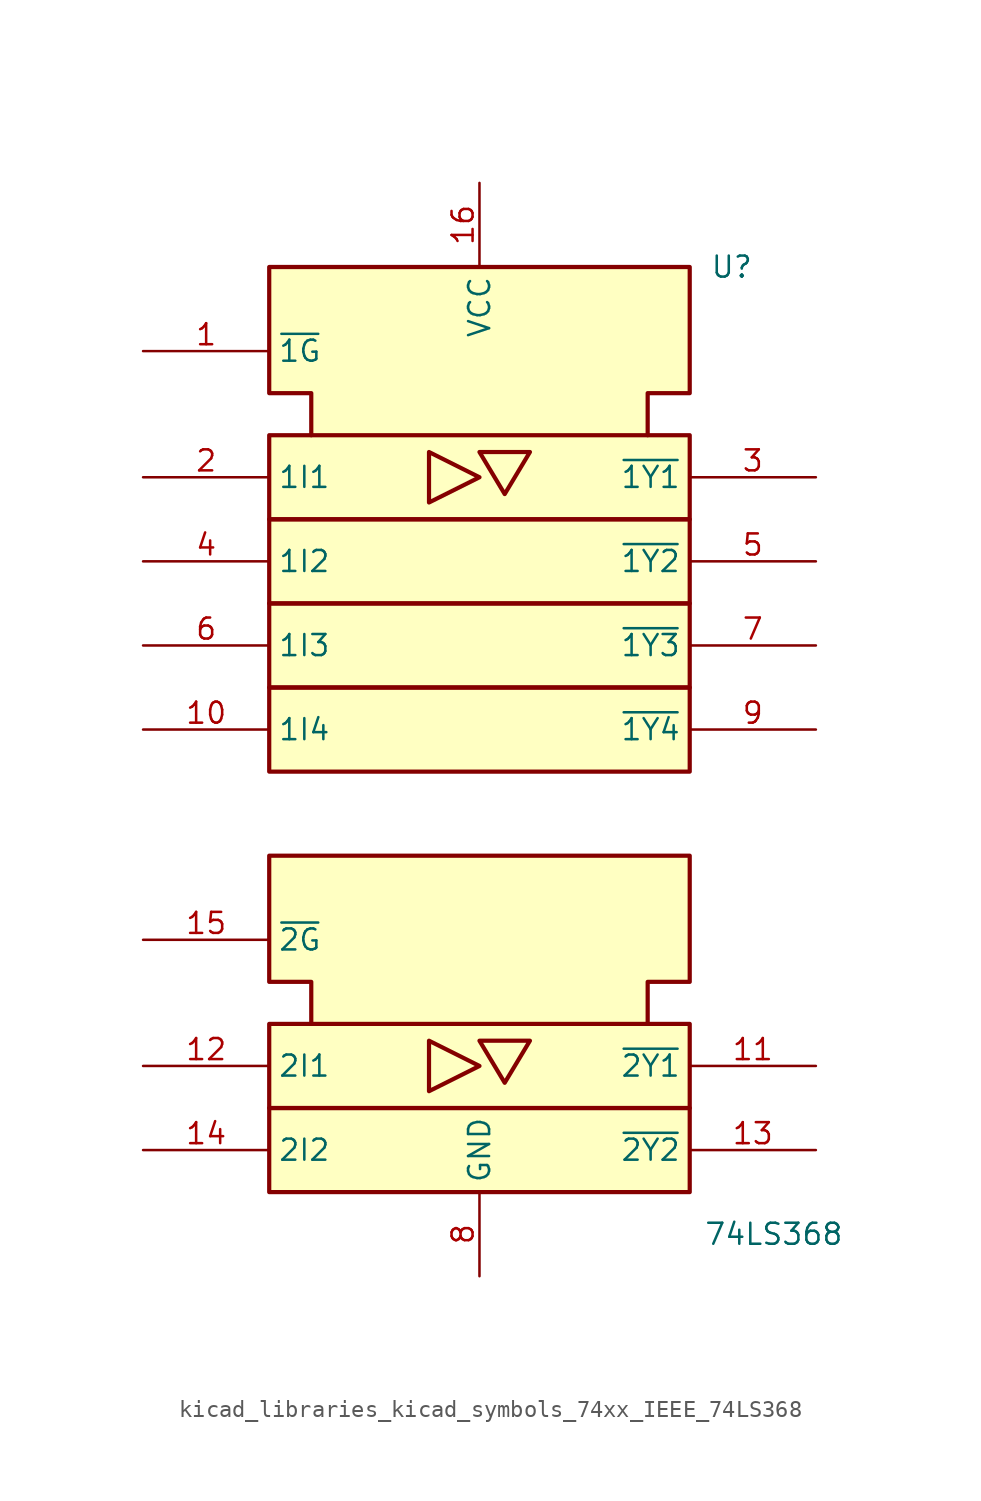
<source format=kicad_sym>
(kicad_symbol_lib
  (version 20220914)
  (generator kicad_symbol_editor)
  (symbol "kicad_libraries_kicad_symbols_74xx_IEEE_74LS368"
    (property "Reference" "U"
      (at 15.24 17.78 0)
      (effects (font (size 1.27 1.27))))
    (property "Value" "74LS368"
      (at 17.78 -40.64 0)
      (effects (font (size 1.27 1.27))))
    (symbol "kicad_libraries_kicad_symbols_74xx_IEEE_74LS368_0_0"
      (rectangle (start -12.7 -33.02) (end 12.7 -38.1) (stroke (width 0.254) (type default)) (fill (type background)))
      (rectangle (start -12.7 -27.94) (end 12.7 -33.02) (stroke (width 0.254) (type default)) (fill (type background)))
      (rectangle (start -12.7 -7.62) (end 12.7 -12.7) (stroke (width 0.254) (type default)) (fill (type background)))
      (rectangle (start -12.7 -2.54) (end 12.7 -7.62) (stroke (width 0.254) (type default)) (fill (type background)))
      (rectangle (start -12.7 2.54) (end 12.7 -2.54) (stroke (width 0.254) (type default)) (fill (type background)))
      (rectangle (start -12.7 7.62) (end 12.7 2.54) (stroke (width 0.254) (type default)) (fill (type background)))
      (polyline (pts (xy -3.048 -28.956) (xy -3.048 -32.004) (xy 0 -30.48) (xy -3.048 -28.956) (xy -3.048 -28.956)) (stroke (width 0.254) (type default)) (fill (type background)))
      (polyline (pts (xy -3.048 6.604) (xy 0 5.08) (xy -3.048 3.556) (xy -3.048 6.604) (xy -3.048 6.604)) (stroke (width 0.254) (type default)) (fill (type background)))
      (polyline (pts (xy -10.16 -27.94) (xy -10.16 -25.4) (xy -12.7 -25.4) (xy -12.7 -17.78) (xy 12.7 -17.78) (xy 12.7 -25.4) (xy 10.16 -25.4) (xy 10.16 -27.94) (xy 10.16 -27.94)) (stroke (width 0.254) (type default)) (fill (type background)))
      (polyline (pts (xy -10.16 7.62) (xy -10.16 10.16) (xy -12.7 10.16) (xy -12.7 17.78) (xy 12.7 17.78) (xy 12.7 10.16) (xy 10.16 10.16) (xy 10.16 7.62) (xy 10.16 7.62)) (stroke (width 0.254) (type default)) (fill (type background)))
      (pin power_in line (at 0 22.86 270) (length 5.08) (name "VCC" (effects (font (size 1.27 1.27)))) (number "16" (effects (font (size 1.27 1.27)))))
      (pin power_in line (at 0 -43.18 90) (length 5.08) (name "GND" (effects (font (size 1.27 1.27)))) (number "8" (effects (font (size 1.27 1.27))))))
    (symbol "kicad_libraries_kicad_symbols_74xx_IEEE_74LS368_0_1"
      (polyline (pts (xy 0 -28.956) (xy 3.048 -28.956) (xy 1.524 -31.496) (xy 0 -28.956) (xy 0 -28.956)) (stroke (width 0.254) (type default)) (fill (type background)))
      (polyline (pts (xy 0 6.604) (xy 3.048 6.604) (xy 1.524 4.064) (xy 0 6.604) (xy 0.508 6.604)) (stroke (width 0.254) (type default)) (fill (type background))))
    (symbol "kicad_libraries_kicad_symbols_74xx_IEEE_74LS368_1_1"
      (pin input line (at -20.32 12.7 0) (length 7.62) (name "~{1G}" (effects (font (size 1.27 1.27)))) (number "1" (effects (font (size 1.27 1.27)))))
      (pin input line (at -20.32 -10.16 0) (length 7.62) (name "1I4" (effects (font (size 1.27 1.27)))) (number "10" (effects (font (size 1.27 1.27)))))
      (pin tri_state line (at 20.32 -30.48 180) (length 7.62) (name "~{2Y1}" (effects (font (size 1.27 1.27)))) (number "11" (effects (font (size 1.27 1.27)))))
      (pin input line (at -20.32 -30.48 0) (length 7.62) (name "2I1" (effects (font (size 1.27 1.27)))) (number "12" (effects (font (size 1.27 1.27)))))
      (pin tri_state line (at 20.32 -35.56 180) (length 7.62) (name "~{2Y2}" (effects (font (size 1.27 1.27)))) (number "13" (effects (font (size 1.27 1.27)))))
      (pin input line (at -20.32 -35.56 0) (length 7.62) (name "2I2" (effects (font (size 1.27 1.27)))) (number "14" (effects (font (size 1.27 1.27)))))
      (pin input line (at -20.32 -22.86 0) (length 7.62) (name "~{2G}" (effects (font (size 1.27 1.27)))) (number "15" (effects (font (size 1.27 1.27)))))
      (pin input line (at -20.32 5.08 0) (length 7.62) (name "1I1" (effects (font (size 1.27 1.27)))) (number "2" (effects (font (size 1.27 1.27)))))
      (pin tri_state line (at 20.32 5.08 180) (length 7.62) (name "~{1Y1}" (effects (font (size 1.27 1.27)))) (number "3" (effects (font (size 1.27 1.27)))))
      (pin input line (at -20.32 0 0) (length 7.62) (name "1I2" (effects (font (size 1.27 1.27)))) (number "4" (effects (font (size 1.27 1.27)))))
      (pin tri_state line (at 20.32 0 180) (length 7.62) (name "~{1Y2}" (effects (font (size 1.27 1.27)))) (number "5" (effects (font (size 1.27 1.27)))))
      (pin input line (at -20.32 -5.08 0) (length 7.62) (name "1I3" (effects (font (size 1.27 1.27)))) (number "6" (effects (font (size 1.27 1.27)))))
      (pin tri_state line (at 20.32 -5.08 180) (length 7.62) (name "~{1Y3}" (effects (font (size 1.27 1.27)))) (number "7" (effects (font (size 1.27 1.27)))))
      (pin tri_state line (at 20.32 -10.16 180) (length 7.62) (name "~{1Y4}" (effects (font (size 1.27 1.27)))) (number "9" (effects (font (size 1.27 1.27))))))))
</source>
